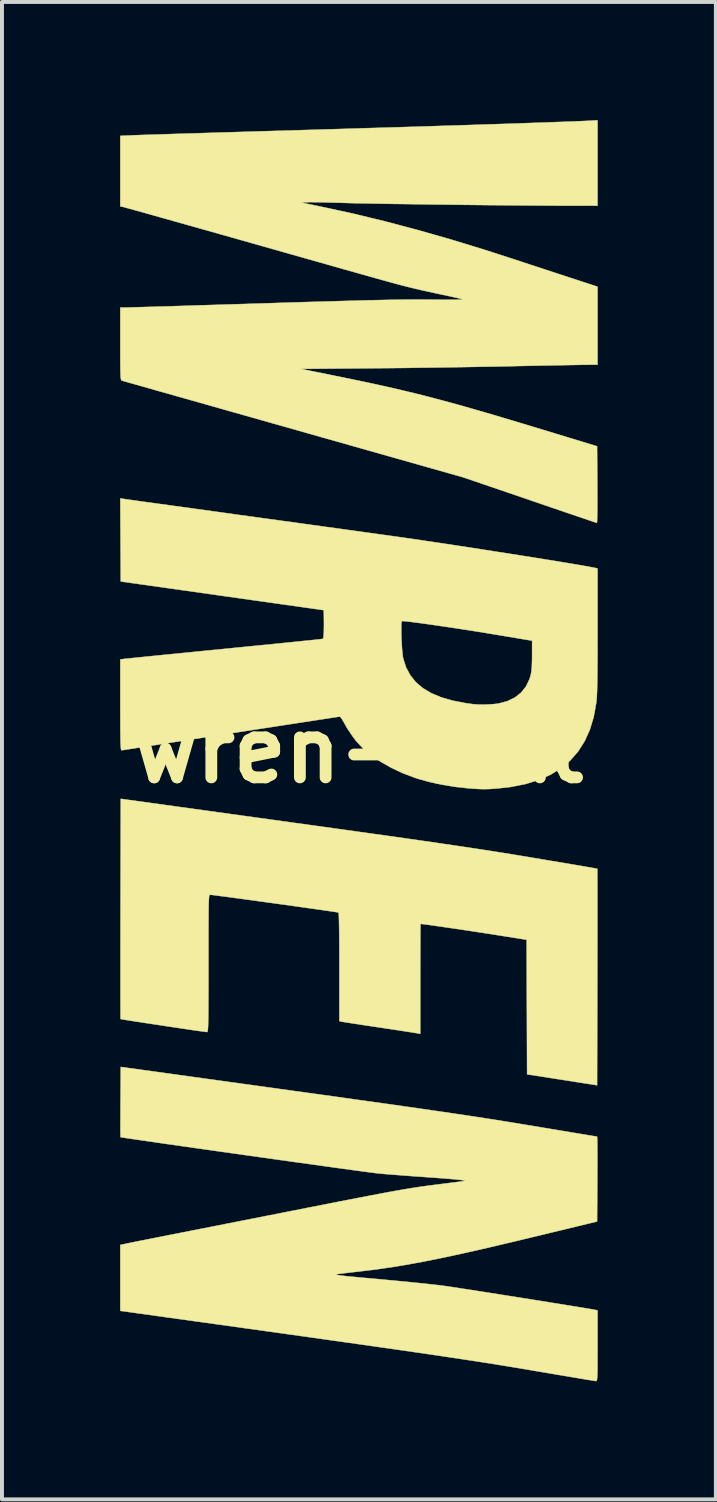
<source format=kicad_pcb>
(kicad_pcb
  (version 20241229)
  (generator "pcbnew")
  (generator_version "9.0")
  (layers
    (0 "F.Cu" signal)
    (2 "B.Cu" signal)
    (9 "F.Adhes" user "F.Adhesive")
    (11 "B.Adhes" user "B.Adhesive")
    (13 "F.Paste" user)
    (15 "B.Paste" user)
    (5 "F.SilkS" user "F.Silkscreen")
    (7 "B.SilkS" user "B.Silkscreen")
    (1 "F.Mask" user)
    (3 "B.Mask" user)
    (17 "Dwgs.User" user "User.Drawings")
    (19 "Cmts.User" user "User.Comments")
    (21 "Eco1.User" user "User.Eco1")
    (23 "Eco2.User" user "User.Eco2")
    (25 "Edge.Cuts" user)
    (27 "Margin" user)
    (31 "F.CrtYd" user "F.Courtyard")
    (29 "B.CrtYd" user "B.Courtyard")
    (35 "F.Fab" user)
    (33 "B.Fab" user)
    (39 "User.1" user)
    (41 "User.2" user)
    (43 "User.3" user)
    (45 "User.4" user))
  (footprint "wren-text"
    (layer "F.Cu")
    (at 6.055 16.006)
    (property "Reference" "wren-text" (at 0 0 0) (layer "F.SilkS") (effects (font (size 1.524 1.524) (thickness 0.3))))
    (attr through_hole)
    (fp_poly (pts (xy -1.674 1.838) (xy -1.104 1.917) (xy -0.577 1.99) (xy -0.09 2.058) (xy 0.36 2.121) (xy 0.775 2.179) (xy 1.159 2.233) (xy 1.514 2.284) (xy 1.843 2.331) (xy 2.149 2.376) (xy 2.435 2.418) (xy 2.703 2.458) (xy 2.956 2.496) (xy 3.198 2.533) (xy 3.431 2.569) (xy 3.658 2.605) (xy 3.881 2.641) (xy 4.105 2.678) (xy 4.33 2.715) (xy 4.375 2.723) (xy 4.647 2.768) (xy 4.907 2.812) (xy 5.149 2.852) (xy 5.37 2.89) (xy 5.568 2.923) (xy 5.737 2.952) (xy 5.875 2.976) (xy 5.979 2.994) (xy 6.043 3.006) (xy 6.066 3.01) (xy 6.067 3.034) (xy 6.068 3.101) (xy 6.068 3.208) (xy 6.069 3.353) (xy 6.069 3.533) (xy 6.069 3.745) (xy 6.069 3.986) (xy 6.069 4.253) (xy 6.069 4.543) (xy 6.069 4.855) (xy 6.068 5.183) (xy 6.068 5.527) (xy 6.067 5.764) (xy 6.061 8.51) (xy 4.283 8.232) (xy 4.277 6.523) (xy 4.271 4.814) (xy 3.435 4.681) (xy 3.267 4.655) (xy 3.084 4.627) (xy 2.889 4.597) (xy 2.689 4.567) (xy 2.489 4.537) (xy 2.296 4.509) (xy 2.114 4.483) (xy 1.949 4.459) (xy 1.808 4.439) (xy 1.695 4.424) (xy 1.616 4.414) (xy 1.576 4.41) (xy 1.576 4.41) (xy 1.575 4.433) (xy 1.574 4.497) (xy 1.573 4.6) (xy 1.572 4.737) (xy 1.572 4.905) (xy 1.571 5.099) (xy 1.571 5.315) (xy 1.57 5.549) (xy 1.57 5.798) (xy 1.57 5.808) (xy 1.57 7.205) (xy 1.518 7.193) (xy 1.485 7.187) (xy 1.41 7.175) (xy 1.301 7.158) (xy 1.161 7.136) (xy 0.997 7.111) (xy 0.812 7.083) (xy 0.613 7.053) (xy 0.543 7.043) (xy 0.34 7.012) (xy 0.15 6.984) (xy -0.022 6.957) (xy -0.171 6.935) (xy -0.291 6.916) (xy -0.378 6.902) (xy -0.426 6.894) (xy -0.433 6.892) (xy -0.485 6.88) (xy -0.485 5.508) (xy -0.485 5.208) (xy -0.486 4.941) (xy -0.488 4.708) (xy -0.491 4.511) (xy -0.494 4.352) (xy -0.497 4.233) (xy -0.502 4.156) (xy -0.506 4.123) (xy -0.507 4.122) (xy -0.533 4.117) (xy -0.6 4.106) (xy -0.703 4.091) (xy -0.839 4.071) (xy -1.003 4.047) (xy -1.191 4.021) (xy -1.397 3.992) (xy -1.617 3.961) (xy -1.848 3.928) (xy -2.084 3.896) (xy -2.321 3.863) (xy -2.554 3.831) (xy -2.78 3.8) (xy -2.993 3.771) (xy -3.189 3.745) (xy -3.364 3.721) (xy -3.513 3.702) (xy -3.631 3.686) (xy -3.715 3.676) (xy -3.759 3.672) (xy -3.764 3.671) (xy -3.772 3.672) (xy -3.78 3.676) (xy -3.786 3.687) (xy -3.792 3.707) (xy -3.796 3.74) (xy -3.8 3.788) (xy -3.803 3.856) (xy -3.805 3.945) (xy -3.807 4.059) (xy -3.808 4.201) (xy -3.809 4.374) (xy -3.81 4.581) (xy -3.81 4.825) (xy -3.81 5.11) (xy -3.81 5.415) (xy -3.81 5.743) (xy -3.81 6.027) (xy -3.811 6.272) (xy -3.812 6.479) (xy -3.813 6.652) (xy -3.815 6.793) (xy -3.817 6.906) (xy -3.819 6.994) (xy -3.823 7.06) (xy -3.827 7.106) (xy -3.832 7.136) (xy -3.837 7.152) (xy -3.844 7.158) (xy -3.845 7.158) (xy -3.876 7.155) (xy -3.946 7.145) (xy -4.05 7.131) (xy -4.183 7.112) (xy -4.339 7.089) (xy -4.512 7.063) (xy -4.698 7.035) (xy -4.891 7.007) (xy -5.085 6.977) (xy -5.275 6.948) (xy -5.456 6.921) (xy -5.622 6.895) (xy -5.768 6.873) (xy -5.888 6.854) (xy -5.977 6.839) (xy -6.03 6.83) (xy -6.042 6.827) (xy -6.043 6.804) (xy -6.044 6.737) (xy -6.045 6.629) (xy -6.045 6.484) (xy -6.046 6.304) (xy -6.046 6.091) (xy -6.046 5.85) (xy -6.046 5.582) (xy -6.046 5.291) (xy -6.046 4.978) (xy -6.045 4.648) (xy -6.045 4.303) (xy -6.044 4.027) (xy -6.038 1.234) (xy -1.674 1.838)) (stroke (width 0.01) (type solid)) (fill yes) (layer "F.SilkS"))
    (fp_poly (pts (xy -5.975 -6.386) (xy -5.934 -6.38) (xy -5.854 -6.368) (xy -5.74 -6.352) (xy -5.598 -6.332) (xy -5.435 -6.309) (xy -5.257 -6.285) (xy -5.149 -6.27) (xy -4.683 -6.206) (xy -4.182 -6.137) (xy -3.655 -6.064) (xy -3.109 -5.988) (xy -2.551 -5.911) (xy -1.989 -5.834) (xy -1.43 -5.757) (xy -0.882 -5.681) (xy -0.353 -5.608) (xy 0.15 -5.538) (xy 0.62 -5.473) (xy 0.889 -5.436) (xy 1.109 -5.405) (xy 1.355 -5.37) (xy 1.624 -5.33) (xy 1.913 -5.287) (xy 2.216 -5.242) (xy 2.531 -5.194) (xy 2.854 -5.145) (xy 3.181 -5.094) (xy 3.507 -5.043) (xy 3.83 -4.993) (xy 4.146 -4.943) (xy 4.45 -4.895) (xy 4.739 -4.848) (xy 5.009 -4.805) (xy 5.256 -4.764) (xy 5.477 -4.727) (xy 5.667 -4.695) (xy 5.824 -4.667) (xy 5.942 -4.645) (xy 6.019 -4.63) (xy 6.021 -4.629) (xy 6.073 -4.617) (xy 6.073 -3.037) (xy 6.073 -2.709) (xy 6.072 -2.424) (xy 6.071 -2.177) (xy 6.069 -1.966) (xy 6.067 -1.787) (xy 6.064 -1.637) (xy 6.061 -1.511) (xy 6.056 -1.407) (xy 6.051 -1.32) (xy 6.045 -1.248) (xy 6.038 -1.193) (xy 5.974 -0.84) (xy 5.876 -0.519) (xy 5.745 -0.229) (xy 5.581 0.029) (xy 5.383 0.256) (xy 5.151 0.452) (xy 4.885 0.618) (xy 4.585 0.752) (xy 4.25 0.857) (xy 3.88 0.931) (xy 3.544 0.969) (xy 3.397 0.981) (xy 3.275 0.987) (xy 3.163 0.988) (xy 3.046 0.984) (xy 2.909 0.976) (xy 2.795 0.967) (xy 2.458 0.93) (xy 2.121 0.875) (xy 1.798 0.805) (xy 1.504 0.723) (xy 1.442 0.703) (xy 1.13 0.585) (xy 0.836 0.447) (xy 0.565 0.293) (xy 0.321 0.126) (xy 0.11 -0.052) (xy -0.063 -0.236) (xy -0.184 -0.404) (xy -0.22 -0.461) (xy -0.248 -0.5) (xy -0.254 -0.508) (xy -0.271 -0.532) (xy -0.304 -0.587) (xy -0.345 -0.662) (xy -0.359 -0.687) (xy -0.403 -0.764) (xy -0.442 -0.823) (xy -0.469 -0.852) (xy -0.473 -0.854) (xy -0.498 -0.851) (xy -0.566 -0.841) (xy -0.671 -0.825) (xy -0.813 -0.803) (xy -0.985 -0.777) (xy -1.187 -0.746) (xy -1.413 -0.711) (xy -1.66 -0.673) (xy -1.925 -0.633) (xy -2.205 -0.589) (xy -2.496 -0.545) (xy -2.794 -0.499) (xy -3.096 -0.452) (xy -3.399 -0.405) (xy -3.699 -0.359) (xy -3.993 -0.313) (xy -4.277 -0.269) (xy -4.547 -0.227) (xy -4.801 -0.188) (xy -5.035 -0.151) (xy -5.244 -0.119) (xy -5.427 -0.09) (xy -5.579 -0.066) (xy -5.697 -0.048) (xy -5.778 -0.035) (xy -5.784 -0.034) (xy -5.88 -0.019) (xy -5.959 -0.007) (xy -6.01 -0.001) (xy -6.021 -0.000092) (xy -6.028 -0.009) (xy -6.033 -0.039) (xy -6.038 -0.091) (xy -6.042 -0.171) (xy -6.045 -0.28) (xy -6.047 -0.422) (xy -6.049 -0.6) (xy -6.049 -0.817) (xy -6.05 -1.076) (xy -6.05 -1.153) (xy -6.05 -2.306) (xy -5.952 -2.32) (xy -5.916 -2.324) (xy -5.837 -2.332) (xy -5.718 -2.344) (xy -5.563 -2.36) (xy -5.375 -2.379) (xy -5.156 -2.401) (xy -4.91 -2.426) (xy -4.64 -2.452) (xy -4.349 -2.481) (xy -4.041 -2.512) (xy -3.718 -2.544) (xy -3.394 -2.576) (xy -3.062 -2.609) (xy -2.742 -2.641) (xy -2.437 -2.671) (xy -2.152 -2.699) (xy -1.888 -2.726) (xy -1.649 -2.75) (xy -1.438 -2.772) (xy -1.258 -2.79) (xy -1.112 -2.805) (xy -1.002 -2.817) (xy -0.933 -2.825) (xy -0.906 -2.829) (xy -0.906 -2.829) (xy -0.895 -2.846) (xy -0.886 -2.892) (xy -0.881 -2.971) (xy -0.878 -3.083) (xy 1.087 -3.083) (xy 1.088 -2.965) (xy 1.092 -2.836) (xy 1.099 -2.703) (xy 1.107 -2.575) (xy 1.118 -2.461) (xy 1.129 -2.369) (xy 1.139 -2.321) (xy 1.211 -2.099) (xy 1.318 -1.902) (xy 1.458 -1.728) (xy 1.635 -1.578) (xy 1.848 -1.451) (xy 2.099 -1.345) (xy 2.389 -1.261) (xy 2.719 -1.197) (xy 2.921 -1.169) (xy 3.056 -1.16) (xy 3.215 -1.16) (xy 3.376 -1.167) (xy 3.52 -1.181) (xy 3.561 -1.188) (xy 3.783 -1.247) (xy 3.972 -1.339) (xy 4.13 -1.463) (xy 4.254 -1.619) (xy 4.344 -1.806) (xy 4.375 -1.906) (xy 4.392 -1.996) (xy 4.403 -2.118) (xy 4.409 -2.275) (xy 4.41 -2.412) (xy 4.41 -2.783) (xy 3.527 -2.93) (xy 3.27 -2.973) (xy 3.009 -3.015) (xy 2.749 -3.056) (xy 2.495 -3.095) (xy 2.249 -3.132) (xy 2.017 -3.166) (xy 1.802 -3.197) (xy 1.608 -3.224) (xy 1.44 -3.246) (xy 1.301 -3.264) (xy 1.195 -3.275) (xy 1.128 -3.281) (xy 1.102 -3.279) (xy 1.093 -3.248) (xy 1.088 -3.18) (xy 1.087 -3.083) (xy -0.878 -3.083) (xy -0.878 -3.088) (xy -0.877 -3.197) (xy -0.878 -3.32) (xy -0.879 -3.425) (xy -0.88 -3.505) (xy -0.882 -3.55) (xy -0.883 -3.558) (xy -0.906 -3.561) (xy -0.972 -3.571) (xy -1.078 -3.586) (xy -1.221 -3.606) (xy -1.398 -3.631) (xy -1.607 -3.661) (xy -1.844 -3.694) (xy -2.106 -3.731) (xy -2.391 -3.771) (xy -2.695 -3.814) (xy -3.017 -3.86) (xy -3.352 -3.907) (xy -3.464 -3.923) (xy -6.038 -4.286) (xy -6.044 -5.342) (xy -6.05 -6.398) (xy -5.975 -6.386)) (stroke (width 0.01) (type solid)) (fill yes) (layer "F.SilkS"))
    (fp_poly (pts (xy -1.674 8.649) (xy -1.102 8.728) (xy -0.573 8.801) (xy -0.085 8.87) (xy 0.367 8.933) (xy 0.784 8.991) (xy 1.169 9.046) (xy 1.526 9.097) (xy 1.856 9.145) (xy 2.164 9.189) (xy 2.451 9.232) (xy 2.721 9.272) (xy 2.976 9.31) (xy 3.219 9.348) (xy 3.453 9.384) (xy 3.681 9.421) (xy 3.905 9.457) (xy 4.129 9.494) (xy 4.355 9.531) (xy 4.37 9.533) (xy 4.642 9.579) (xy 4.901 9.622) (xy 5.143 9.662) (xy 5.365 9.699) (xy 5.562 9.732) (xy 5.732 9.76) (xy 5.87 9.783) (xy 5.973 9.8) (xy 6.038 9.81) (xy 6.061 9.814) (xy 6.063 9.836) (xy 6.065 9.9) (xy 6.067 10.001) (xy 6.068 10.135) (xy 6.069 10.297) (xy 6.069 10.482) (xy 6.068 10.686) (xy 6.067 10.892) (xy 6.061 11.97) (xy 4.457 12.358) (xy 3.958 12.478) (xy 3.5 12.586) (xy 3.079 12.684) (xy 2.691 12.771) (xy 2.332 12.85) (xy 1.999 12.92) (xy 1.687 12.982) (xy 1.393 13.037) (xy 1.113 13.086) (xy 0.843 13.13) (xy 0.579 13.169) (xy 0.318 13.204) (xy 0.055 13.235) (xy -0.012 13.243) (xy -0.164 13.26) (xy -0.301 13.276) (xy -0.416 13.29) (xy -0.503 13.301) (xy -0.555 13.308) (xy -0.566 13.31) (xy -0.574 13.317) (xy -0.557 13.324) (xy -0.512 13.333) (xy -0.436 13.343) (xy -0.327 13.356) (xy -0.18 13.371) (xy 0.008 13.388) (xy 0.185 13.405) (xy 0.555 13.438) (xy 0.883 13.469) (xy 1.173 13.496) (xy 1.429 13.522) (xy 1.655 13.545) (xy 1.855 13.567) (xy 2.033 13.587) (xy 2.159 13.603) (xy 2.226 13.612) (xy 2.332 13.628) (xy 2.474 13.649) (xy 2.646 13.676) (xy 2.845 13.706) (xy 3.066 13.741) (xy 3.305 13.778) (xy 3.556 13.818) (xy 3.817 13.859) (xy 4.082 13.901) (xy 4.346 13.943) (xy 4.607 13.984) (xy 4.858 14.025) (xy 5.096 14.063) (xy 5.316 14.099) (xy 5.514 14.131) (xy 5.686 14.159) (xy 5.827 14.182) (xy 5.932 14.2) (xy 5.997 14.212) (xy 6.009 14.214) (xy 6.073 14.228) (xy 6.073 15.126) (xy 6.073 15.354) (xy 6.072 15.54) (xy 6.071 15.688) (xy 6.07 15.802) (xy 6.067 15.888) (xy 6.063 15.948) (xy 6.058 15.987) (xy 6.052 16.01) (xy 6.044 16.021) (xy 6.034 16.023) (xy 6.032 16.023) (xy 6.004 16.019) (xy 5.933 16.007) (xy 5.824 15.99) (xy 5.681 15.966) (xy 5.507 15.937) (xy 5.307 15.903) (xy 5.083 15.866) (xy 4.84 15.824) (xy 4.582 15.781) (xy 4.376 15.746) (xy 4.199 15.716) (xy 4.022 15.686) (xy 3.843 15.657) (xy 3.66 15.627) (xy 3.471 15.596) (xy 3.275 15.565) (xy 3.07 15.533) (xy 2.853 15.5) (xy 2.625 15.465) (xy 2.381 15.429) (xy 2.122 15.39) (xy 1.845 15.349) (xy 1.549 15.306) (xy 1.232 15.26) (xy 0.891 15.211) (xy 0.526 15.159) (xy 0.134 15.103) (xy -0.285 15.044) (xy -0.735 14.981) (xy -1.216 14.913) (xy -1.73 14.841) (xy -2.28 14.764) (xy -2.866 14.682) (xy -3.491 14.595) (xy -4.156 14.503) (xy -4.862 14.405) (xy -5.613 14.3) (xy -5.779 14.277) (xy -6.05 14.24) (xy -6.05 12.565) (xy -5.882 12.529) (xy -5.819 12.516) (xy -5.717 12.495) (xy -5.583 12.468) (xy -5.425 12.437) (xy -5.249 12.402) (xy -5.062 12.365) (xy -4.953 12.344) (xy -4.825 12.318) (xy -4.656 12.285) (xy -4.449 12.244) (xy -4.21 12.197) (xy -3.942 12.144) (xy -3.65 12.087) (xy -3.337 12.025) (xy -3.008 11.96) (xy -2.667 11.893) (xy -2.318 11.824) (xy -1.965 11.755) (xy -1.668 11.696) (xy -1.241 11.612) (xy -0.856 11.536) (xy -0.51 11.468) (xy -0.2 11.408) (xy 0.077 11.354) (xy 0.324 11.307) (xy 0.544 11.265) (xy 0.74 11.228) (xy 0.915 11.196) (xy 1.073 11.168) (xy 1.216 11.144) (xy 1.348 11.122) (xy 1.471 11.103) (xy 1.589 11.085) (xy 1.705 11.069) (xy 1.821 11.054) (xy 1.942 11.038) (xy 2.032 11.027) (xy 2.182 11.008) (xy 2.323 10.99) (xy 2.446 10.975) (xy 2.543 10.962) (xy 2.604 10.954) (xy 2.609 10.953) (xy 2.713 10.938) (xy 2.632 10.919) (xy 2.591 10.913) (xy 2.51 10.905) (xy 2.394 10.894) (xy 2.249 10.882) (xy 2.08 10.869) (xy 1.895 10.855) (xy 1.697 10.841) (xy 1.697 10.841) (xy 1.486 10.826) (xy 1.274 10.811) (xy 1.069 10.795) (xy 0.88 10.781) (xy 0.715 10.768) (xy 0.582 10.756) (xy 0.507 10.749) (xy 0.454 10.743) (xy 0.36 10.731) (xy 0.229 10.714) (xy 0.063 10.692) (xy -0.133 10.665) (xy -0.358 10.634) (xy -0.607 10.6) (xy -0.878 10.562) (xy -1.167 10.522) (xy -1.472 10.48) (xy -1.79 10.435) (xy -2.116 10.39) (xy -2.449 10.343) (xy -2.784 10.296) (xy -3.119 10.249) (xy -3.451 10.202) (xy -3.777 10.156) (xy -4.093 10.111) (xy -4.396 10.068) (xy -4.683 10.027) (xy -4.952 9.989) (xy -5.198 9.953) (xy -5.419 9.921) (xy -5.612 9.893) (xy -5.773 9.87) (xy -5.899 9.851) (xy -5.988 9.837) (xy -6.036 9.829) (xy -6.044 9.827) (xy -6.045 9.804) (xy -6.046 9.739) (xy -6.047 9.638) (xy -6.047 9.506) (xy -6.046 9.347) (xy -6.046 9.168) (xy -6.045 8.973) (xy -6.044 8.932) (xy -6.038 8.044) (xy -1.674 8.649)) (stroke (width 0.01) (type solid)) (fill yes) (layer "F.SilkS"))
    (fp_poly (pts (xy 6.073 -13.831) (xy 5.444 -13.832) (xy 5.217 -13.832) (xy 4.958 -13.833) (xy 4.671 -13.835) (xy 4.361 -13.837) (xy 4.031 -13.84) (xy 3.687 -13.843) (xy 3.331 -13.846) (xy 2.968 -13.85) (xy 2.603 -13.854) (xy 2.239 -13.859) (xy 1.881 -13.863) (xy 1.533 -13.868) (xy 1.199 -13.873) (xy 0.884 -13.877) (xy 0.591 -13.882) (xy 0.325 -13.887) (xy 0.091 -13.891) (xy -0.109 -13.895) (xy -0.269 -13.9) (xy -0.346 -13.902) (xy -0.54 -13.908) (xy -0.726 -13.913) (xy -0.898 -13.917) (xy -1.049 -13.92) (xy -1.171 -13.921) (xy -1.259 -13.921) (xy -1.29 -13.92) (xy -1.46 -13.912) (xy -0.92 -13.801) (xy -0.134 -13.63) (xy 0.669 -13.435) (xy 1.494 -13.217) (xy 2.343 -12.975) (xy 3.221 -12.706) (xy 3.879 -12.493) (xy 4.128 -12.412) (xy 4.378 -12.329) (xy 4.623 -12.249) (xy 4.857 -12.172) (xy 5.074 -12.101) (xy 5.268 -12.037) (xy 5.433 -11.983) (xy 5.562 -11.941) (xy 5.605 -11.927) (xy 6.073 -11.774) (xy 6.073 -9.791) (xy 5.81 -9.791) (xy 5.744 -9.79) (xy 5.635 -9.789) (xy 5.489 -9.786) (xy 5.311 -9.783) (xy 5.103 -9.779) (xy 4.872 -9.775) (xy 4.62 -9.77) (xy 4.353 -9.765) (xy 4.075 -9.759) (xy 3.853 -9.754) (xy 3.527 -9.747) (xy 3.164 -9.741) (xy 2.773 -9.734) (xy 2.366 -9.727) (xy 1.95 -9.721) (xy 1.536 -9.716) (xy 1.133 -9.71) (xy 0.752 -9.706) (xy 0.4 -9.703) (xy 0.346 -9.702) (xy -1.466 -9.687) (xy -0.569 -9.505) (xy -0.16 -9.422) (xy 0.222 -9.342) (xy 0.584 -9.263) (xy 0.932 -9.184) (xy 1.271 -9.104) (xy 1.607 -9.022) (xy 1.946 -8.934) (xy 2.294 -8.841) (xy 2.656 -8.741) (xy 3.039 -8.631) (xy 3.448 -8.512) (xy 3.89 -8.38) (xy 4.364 -8.237) (xy 6.061 -7.721) (xy 6.067 -6.747) (xy 6.068 -6.54) (xy 6.068 -6.348) (xy 6.068 -6.176) (xy 6.066 -6.029) (xy 6.064 -5.91) (xy 6.061 -5.826) (xy 6.058 -5.781) (xy 6.056 -5.775) (xy 6.032 -5.782) (xy 5.967 -5.804) (xy 5.866 -5.838) (xy 5.731 -5.884) (xy 5.566 -5.94) (xy 5.374 -6.005) (xy 5.159 -6.078) (xy 4.923 -6.159) (xy 4.671 -6.245) (xy 4.406 -6.335) (xy 4.353 -6.354) (xy 2.667 -6.93) (xy -0.185 -7.738) (xy -0.546 -7.841) (xy -0.902 -7.941) (xy -1.247 -8.039) (xy -1.58 -8.134) (xy -1.897 -8.224) (xy -2.196 -8.308) (xy -2.471 -8.386) (xy -2.721 -8.457) (xy -2.943 -8.52) (xy -3.133 -8.574) (xy -3.287 -8.617) (xy -3.404 -8.65) (xy -3.475 -8.671) (xy -3.878 -8.785) (xy -4.238 -8.887) (xy -4.558 -8.977) (xy -4.839 -9.057) (xy -5.085 -9.126) (xy -5.296 -9.186) (xy -5.475 -9.237) (xy -5.625 -9.28) (xy -5.747 -9.314) (xy -5.843 -9.341) (xy -5.915 -9.362) (xy -5.965 -9.376) (xy -5.997 -9.385) (xy -6.009 -9.389) (xy -6.02 -9.395) (xy -6.028 -9.408) (xy -6.034 -9.432) (xy -6.04 -9.472) (xy -6.043 -9.533) (xy -6.046 -9.618) (xy -6.048 -9.731) (xy -6.049 -9.877) (xy -6.05 -10.06) (xy -6.05 -10.285) (xy -6.05 -10.323) (xy -6.05 -11.245) (xy -5.908 -11.245) (xy -5.869 -11.246) (xy -5.786 -11.248) (xy -5.662 -11.251) (xy -5.501 -11.256) (xy -5.304 -11.262) (xy -5.074 -11.269) (xy -4.814 -11.276) (xy -4.527 -11.285) (xy -4.216 -11.295) (xy -3.882 -11.305) (xy -3.53 -11.316) (xy -3.161 -11.327) (xy -2.778 -11.339) (xy -2.384 -11.351) (xy -2.381 -11.351) (xy -1.887 -11.367) (xy -1.437 -11.381) (xy -1.028 -11.393) (xy -0.656 -11.404) (xy -0.32 -11.413) (xy -0.016 -11.422) (xy 0.258 -11.429) (xy 0.505 -11.434) (xy 0.728 -11.439) (xy 0.93 -11.443) (xy 1.113 -11.445) (xy 1.279 -11.447) (xy 1.433 -11.448) (xy 1.576 -11.448) (xy 1.711 -11.447) (xy 1.841 -11.446) (xy 1.847 -11.446) (xy 2.045 -11.444) (xy 2.222 -11.443) (xy 2.374 -11.443) (xy 2.496 -11.444) (xy 2.584 -11.447) (xy 2.635 -11.45) (xy 2.644 -11.454) (xy 2.608 -11.465) (xy 2.534 -11.483) (xy 2.43 -11.506) (xy 2.304 -11.534) (xy 2.164 -11.564) (xy 2.136 -11.569) (xy 1.964 -11.606) (xy 1.777 -11.647) (xy 1.592 -11.688) (xy 1.424 -11.728) (xy 1.316 -11.754) (xy 1.255 -11.769) (xy 1.195 -11.784) (xy 1.134 -11.8) (xy 1.07 -11.816) (xy 0.999 -11.835) (xy 0.919 -11.857) (xy 0.827 -11.882) (xy 0.721 -11.911) (xy 0.599 -11.945) (xy 0.456 -11.985) (xy 0.292 -12.031) (xy 0.102 -12.084) (xy -0.115 -12.146) (xy -0.362 -12.215) (xy -0.643 -12.295) (xy -0.958 -12.384) (xy -1.312 -12.484) (xy -1.707 -12.596) (xy -1.859 -12.639) (xy -2.438 -12.803) (xy -2.973 -12.955) (xy -3.465 -13.094) (xy -3.914 -13.221) (xy -4.319 -13.335) (xy -4.68 -13.437) (xy -4.997 -13.526) (xy -5.27 -13.603) (xy -5.499 -13.668) (xy -5.685 -13.719) (xy -5.826 -13.758) (xy -5.922 -13.785) (xy -5.975 -13.799) (xy -5.984 -13.801) (xy -6.05 -13.814) (xy -6.05 -15.605) (xy -5.744 -15.619) (xy -5.688 -15.621) (xy -5.588 -15.625) (xy -5.447 -15.63) (xy -5.268 -15.635) (xy -5.053 -15.642) (xy -4.806 -15.65) (xy -4.528 -15.659) (xy -4.222 -15.668) (xy -3.89 -15.678) (xy -3.537 -15.689) (xy -3.163 -15.7) (xy -2.772 -15.712) (xy -2.366 -15.724) (xy -1.949 -15.736) (xy -1.521 -15.749) (xy -1.512 -15.749) (xy -0.936 -15.766) (xy -0.368 -15.783) (xy 0.188 -15.8) (xy 0.731 -15.816) (xy 1.259 -15.832) (xy 1.77 -15.848) (xy 2.261 -15.864) (xy 2.73 -15.878) (xy 3.176 -15.893) (xy 3.596 -15.906) (xy 3.989 -15.919) (xy 4.351 -15.932) (xy 4.681 -15.943) (xy 4.978 -15.954) (xy 5.238 -15.963) (xy 5.46 -15.971) (xy 5.641 -15.979) (xy 5.78 -15.985) (xy 5.859 -15.989) (xy 6.073 -16.001) (xy 6.073 -13.831)) (stroke (width 0.01) (type solid)) (fill yes) (layer "F.SilkS")))
  (gr_rect
    (start -3 -3)
    (end 15.133 35.034)
    (stroke (width 0.1) (type default))
    (fill no)
    (layer "Edge.Cuts")))
</source>
